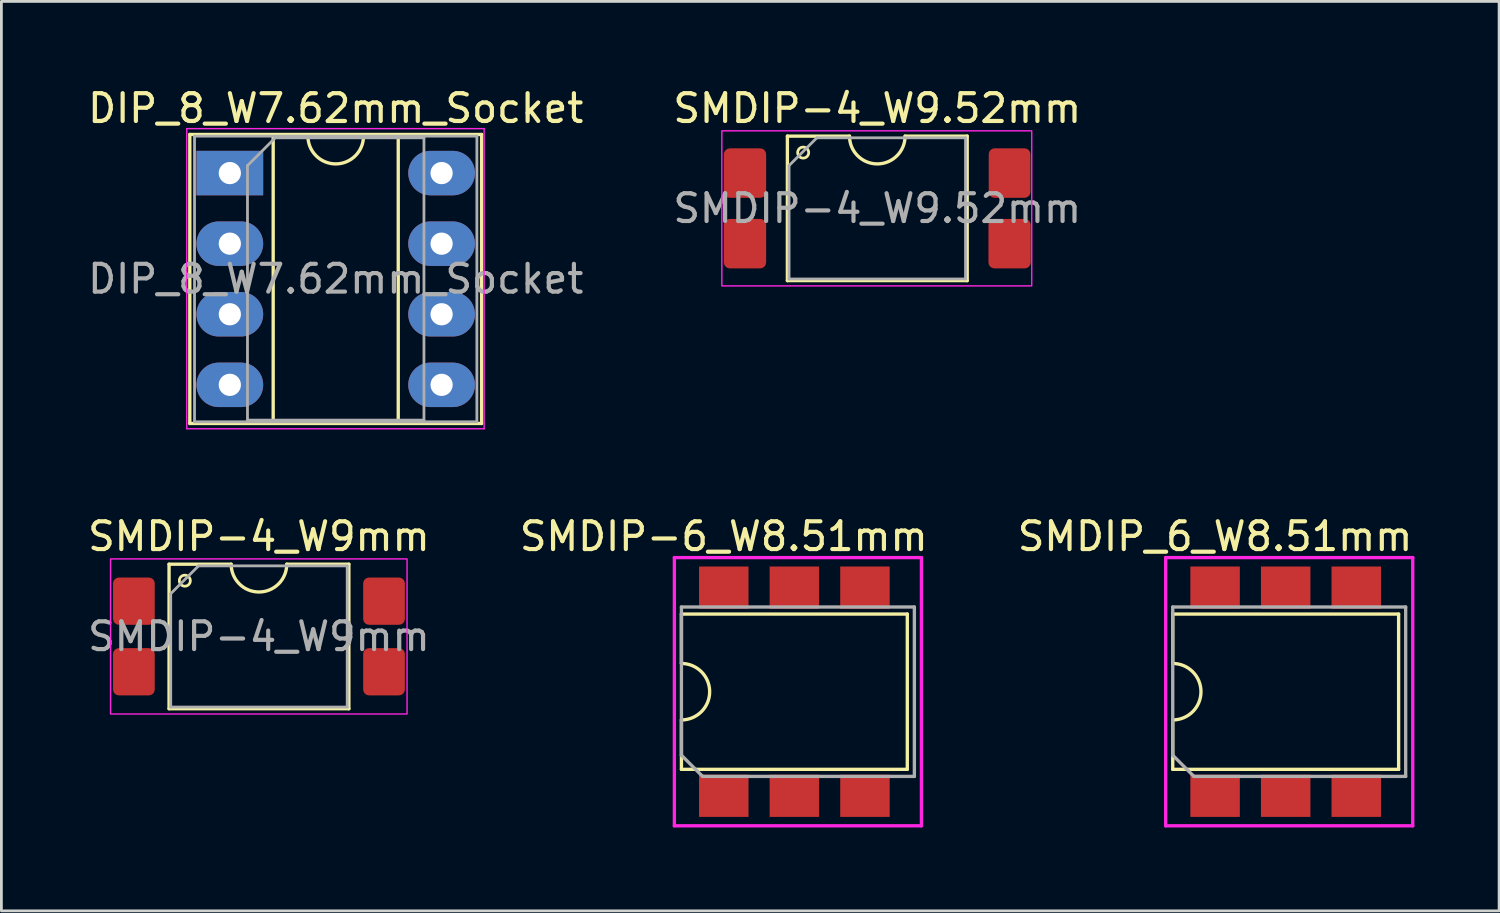
<source format=kicad_pcb>
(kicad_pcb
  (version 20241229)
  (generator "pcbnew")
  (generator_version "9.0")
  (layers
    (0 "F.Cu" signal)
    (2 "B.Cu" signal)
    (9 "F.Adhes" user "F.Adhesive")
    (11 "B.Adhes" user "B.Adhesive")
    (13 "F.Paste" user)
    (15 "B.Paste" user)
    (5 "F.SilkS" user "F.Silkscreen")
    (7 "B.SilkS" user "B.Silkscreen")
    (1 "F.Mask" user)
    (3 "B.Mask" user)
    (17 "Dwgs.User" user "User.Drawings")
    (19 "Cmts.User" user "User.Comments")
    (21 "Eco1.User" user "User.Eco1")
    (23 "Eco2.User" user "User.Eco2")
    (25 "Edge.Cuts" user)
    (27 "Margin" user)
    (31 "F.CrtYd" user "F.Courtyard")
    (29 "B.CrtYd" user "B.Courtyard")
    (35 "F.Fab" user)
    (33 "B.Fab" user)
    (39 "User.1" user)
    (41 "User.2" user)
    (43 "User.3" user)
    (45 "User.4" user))
  (footprint "SMDIP-4_W9mm"
    (layer "F.Cu")
    (at 6.268 19.852)
    (property "Reference" "SMDIP-4_W9mm" (at 0 -3.6 0) (layer "F.SilkS") (effects (font (size 1 1) (thickness 0.15))))
    (attr smd)
    (fp_line (start -3.235 -2.6) (end -3.235 2.6) (stroke (width 0.12) (type solid)) (layer "F.SilkS"))
    (fp_line (start -3.235 2.6) (end 3.235 2.6) (stroke (width 0.12) (type solid)) (layer "F.SilkS"))
    (fp_line (start -1 -2.6) (end -3.235 -2.6) (stroke (width 0.12) (type solid)) (layer "F.SilkS"))
    (fp_line (start 3.235 -2.6) (end 1 -2.6) (stroke (width 0.12) (type solid)) (layer "F.SilkS"))
    (fp_line (start 3.235 2.6) (end 3.235 -2.6) (stroke (width 0.12) (type solid)) (layer "F.SilkS"))
    (fp_arc (start 1 -2.6) (mid 0 -1.6) (end -1 -2.6) (stroke (width 0.12) (type solid)) (layer "F.SilkS"))
    (fp_circle (center -2.667 -2.007) (end -2.515 -1.88) (stroke (width 0.1) (type default)) (fill no) (layer "F.SilkS"))
    (fp_rect (start -5.34 -2.79) (end 5.329 2.79) (stroke (width 0.05) (type solid)) (fill no) (layer "F.CrtYd"))
    (fp_line (start -3.175 -1.54) (end -2.175 -2.54) (stroke (width 0.1) (type solid)) (layer "F.Fab"))
    (fp_line (start -3.175 2.54) (end -3.175 -1.54) (stroke (width 0.1) (type solid)) (layer "F.Fab"))
    (fp_line (start -2.175 -2.54) (end 3.175 -2.54) (stroke (width 0.1) (type solid)) (layer "F.Fab"))
    (fp_line (start 3.175 -2.54) (end 3.175 2.54) (stroke (width 0.1) (type solid)) (layer "F.Fab"))
    (fp_line (start 3.175 2.54) (end -3.175 2.54) (stroke (width 0.1) (type solid)) (layer "F.Fab"))
    (fp_text user "${REFERENCE}" (at 0 0 0) (layer "F.Fab") (effects (font (size 1 1) (thickness 0.15))))
    (pad "1" smd roundrect (at -4.5 -1.27) (size 1.5 1.7) (layers "F.Cu" "F.Mask" "F.Paste") (roundrect_rratio 0.14))
    (pad "2" smd roundrect (at -4.5 1.27) (size 1.5 1.7) (layers "F.Cu" "F.Mask" "F.Paste") (roundrect_rratio 0.14))
    (pad "3" smd roundrect (at 4.5 1.27) (size 1.5 1.7) (layers "F.Cu" "F.Mask" "F.Paste") (roundrect_rratio 0.14))
    (pad "4" smd roundrect (at 4.5 -1.27) (size 1.5 1.7) (layers "F.Cu" "F.Mask" "F.Paste") (roundrect_rratio 0.14)))
  (footprint "SMDIP-4_W9.52mm"
    (layer "F.Cu")
    (at 28.518 4.448)
    (property "Reference" "SMDIP-4_W9.52mm" (at 0 -3.6 0) (layer "F.SilkS") (effects (font (size 1 1) (thickness 0.15))))
    (attr smd)
    (fp_line (start -3.235 -2.6) (end -3.235 2.6) (stroke (width 0.12) (type solid)) (layer "F.SilkS"))
    (fp_line (start -3.235 2.6) (end 3.235 2.6) (stroke (width 0.12) (type solid)) (layer "F.SilkS"))
    (fp_line (start -1 -2.6) (end -3.235 -2.6) (stroke (width 0.12) (type solid)) (layer "F.SilkS"))
    (fp_line (start 3.235 -2.6) (end 1 -2.6) (stroke (width 0.12) (type solid)) (layer "F.SilkS"))
    (fp_line (start 3.235 2.6) (end 3.235 -2.6) (stroke (width 0.12) (type solid)) (layer "F.SilkS"))
    (fp_arc (start 1 -2.6) (mid 0 -1.6) (end -1 -2.6) (stroke (width 0.12) (type solid)) (layer "F.SilkS"))
    (fp_circle (center -2.667 -2.007) (end -2.515 -1.88) (stroke (width 0.1) (type default)) (fill no) (layer "F.SilkS"))
    (fp_rect (start -5.594 -2.79) (end 5.557 2.79) (stroke (width 0.05) (type solid)) (fill no) (layer "F.CrtYd"))
    (fp_line (start -3.175 -1.54) (end -2.175 -2.54) (stroke (width 0.1) (type solid)) (layer "F.Fab"))
    (fp_line (start -3.175 2.54) (end -3.175 -1.54) (stroke (width 0.1) (type solid)) (layer "F.Fab"))
    (fp_line (start -2.175 -2.54) (end 3.175 -2.54) (stroke (width 0.1) (type solid)) (layer "F.Fab"))
    (fp_line (start 3.175 -2.54) (end 3.175 2.54) (stroke (width 0.1) (type solid)) (layer "F.Fab"))
    (fp_line (start 3.175 2.54) (end -3.175 2.54) (stroke (width 0.1) (type solid)) (layer "F.Fab"))
    (fp_text user "${REFERENCE}" (at 0 0 0) (layer "F.Fab") (effects (font (size 1 1) (thickness 0.15))))
    (pad "1" smd roundrect (at -4.76 -1.27) (size 1.52 1.78) (layers "F.Cu" "F.Mask" "F.Paste") (roundrect_rratio 0.14))
    (pad "2" smd roundrect (at -4.76 1.27) (size 1.52 1.78) (layers "F.Cu" "F.Mask" "F.Paste") (roundrect_rratio 0.14))
    (pad "3" smd roundrect (at 4.76 1.27) (size 1.52 1.78) (layers "F.Cu" "F.Mask" "F.Paste") (roundrect_rratio 0.14))
    (pad "4" smd roundrect (at 4.76 -1.27) (size 1.5 1.78) (layers "F.Cu" "F.Mask" "F.Paste") (roundrect_rratio 0.14)))
  (footprint "DIP_8_W7.62mm_Socket"
    (layer "F.Cu")
    (at 5.22 3.178)
    (property "Reference" "DIP_8_W7.62mm_Socket" (at 3.81 -2.33 0) (layer "F.SilkS") (effects (font (size 1 1) (thickness 0.15))))
    (attr through_hole)
    (fp_line (start -1.44 -1.39) (end -1.44 9.01) (stroke (width 0.12) (type solid)) (layer "F.SilkS"))
    (fp_line (start -1.44 9.01) (end 9.06 9.01) (stroke (width 0.12) (type solid)) (layer "F.SilkS"))
    (fp_line (start 1.56 -1.33) (end 1.56 8.95) (stroke (width 0.12) (type solid)) (layer "F.SilkS"))
    (fp_line (start 1.56 8.95) (end 6.06 8.95) (stroke (width 0.12) (type solid)) (layer "F.SilkS"))
    (fp_line (start 2.81 -1.33) (end 1.56 -1.33) (stroke (width 0.12) (type solid)) (layer "F.SilkS"))
    (fp_line (start 6.06 -1.33) (end 4.81 -1.33) (stroke (width 0.12) (type solid)) (layer "F.SilkS"))
    (fp_line (start 6.06 8.95) (end 6.06 -1.33) (stroke (width 0.12) (type solid)) (layer "F.SilkS"))
    (fp_line (start 9.06 -1.39) (end -1.44 -1.39) (stroke (width 0.12) (type solid)) (layer "F.SilkS"))
    (fp_line (start 9.06 9.01) (end 9.06 -1.39) (stroke (width 0.12) (type solid)) (layer "F.SilkS"))
    (fp_arc (start 4.81 -1.33) (mid 3.81 -0.33) (end 2.81 -1.33) (stroke (width 0.12) (type solid)) (layer "F.SilkS"))
    (fp_line (start -1.55 -1.6) (end -1.55 9.2) (stroke (width 0.05) (type solid)) (layer "F.CrtYd"))
    (fp_line (start -1.55 9.2) (end 9.15 9.2) (stroke (width 0.05) (type solid)) (layer "F.CrtYd"))
    (fp_line (start 9.15 -1.6) (end -1.55 -1.6) (stroke (width 0.05) (type solid)) (layer "F.CrtYd"))
    (fp_line (start 9.15 9.2) (end 9.15 -1.6) (stroke (width 0.05) (type solid)) (layer "F.CrtYd"))
    (fp_line (start -1.27 -1.33) (end -1.27 8.95) (stroke (width 0.1) (type solid)) (layer "F.Fab"))
    (fp_line (start -1.27 8.95) (end 8.89 8.95) (stroke (width 0.1) (type solid)) (layer "F.Fab"))
    (fp_line (start 0.635 -0.27) (end 1.635 -1.27) (stroke (width 0.1) (type solid)) (layer "F.Fab"))
    (fp_line (start 0.635 8.89) (end 0.635 -0.27) (stroke (width 0.1) (type solid)) (layer "F.Fab"))
    (fp_line (start 1.635 -1.27) (end 6.985 -1.27) (stroke (width 0.1) (type solid)) (layer "F.Fab"))
    (fp_line (start 6.985 -1.27) (end 6.985 8.89) (stroke (width 0.1) (type solid)) (layer "F.Fab"))
    (fp_line (start 6.985 8.89) (end 0.635 8.89) (stroke (width 0.1) (type solid)) (layer "F.Fab"))
    (fp_line (start 8.89 -1.33) (end -1.27 -1.33) (stroke (width 0.1) (type solid)) (layer "F.Fab"))
    (fp_line (start 8.89 8.95) (end 8.89 -1.33) (stroke (width 0.1) (type solid)) (layer "F.Fab"))
    (fp_text user "${REFERENCE}" (at 3.81 3.81 0) (layer "F.Fab") (effects (font (size 1 1) (thickness 0.15))))
    (pad "1" thru_hole rect (at 0 0) (size 2.4 1.6) (drill 0.8) (layers "*.Cu" "*.Mask"))
    (pad "2" thru_hole oval (at 0 2.54) (size 2.4 1.6) (drill 0.8) (layers "*.Cu" "*.Mask"))
    (pad "3" thru_hole oval (at 0 5.08) (size 2.4 1.6) (drill 0.8) (layers "*.Cu" "*.Mask"))
    (pad "4" thru_hole oval (at 0 7.62) (size 2.4 1.6) (drill 0.8) (layers "*.Cu" "*.Mask"))
    (pad "5" thru_hole oval (at 7.62 7.62) (size 2.4 1.6) (drill 0.8) (layers "*.Cu" "*.Mask"))
    (pad "6" thru_hole oval (at 7.62 5.08) (size 2.4 1.6) (drill 0.8) (layers "*.Cu" "*.Mask"))
    (pad "7" thru_hole oval (at 7.62 2.54) (size 2.4 1.6) (drill 0.8) (layers "*.Cu" "*.Mask"))
    (pad "8" thru_hole oval (at 7.62 0) (size 2.4 1.6) (drill 0.8) (layers "*.Cu" "*.Mask")))
  (footprint "SMDIP_6_W8.51mm"
    (layer "F.Cu")
    (at 43.213 21.84)
    (property "Reference" "SMDIP_6_W8.51mm" (at -2.54 -5.588 0) (layer "F.SilkS") (effects (font (size 1 1) (thickness 0.15))))
    (attr smd)
    (fp_line (start -4.064 -2.794) (end -4.064 -1.016) (stroke (width 0.12) (type solid)) (layer "F.SilkS"))
    (fp_line (start -4.064 1.016) (end -4.064 2.794) (stroke (width 0.12) (type solid)) (layer "F.SilkS"))
    (fp_line (start 4.064 -2.794) (end -4.064 -2.794) (stroke (width 0.12) (type solid)) (layer "F.SilkS"))
    (fp_line (start 4.064 -2.794) (end 4.064 2.794) (stroke (width 0.12) (type solid)) (layer "F.SilkS"))
    (fp_line (start 4.064 2.794) (end -4.064 2.794) (stroke (width 0.12) (type solid)) (layer "F.SilkS"))
    (fp_arc (start -4.064 -1.016) (mid -3.048 0) (end -4.064 1.016) (stroke (width 0.12) (type solid)) (layer "F.SilkS"))
    (fp_line (start -4.318 -4.826) (end 4.572 -4.826) (stroke (width 0.12) (type solid)) (layer "F.CrtYd"))
    (fp_line (start -4.318 4.826) (end -4.318 -4.826) (stroke (width 0.12) (type solid)) (layer "F.CrtYd"))
    (fp_line (start 4.572 -4.826) (end 4.572 4.826) (stroke (width 0.12) (type solid)) (layer "F.CrtYd"))
    (fp_line (start 4.572 4.826) (end -4.318 4.826) (stroke (width 0.12) (type solid)) (layer "F.CrtYd"))
    (fp_line (start -4.064 -3.048) (end -4.064 2.286) (stroke (width 0.12) (type solid)) (layer "F.Fab"))
    (fp_line (start -4.064 2.286) (end -3.302 3.048) (stroke (width 0.12) (type solid)) (layer "F.Fab"))
    (fp_line (start -3.302 3.048) (end 4.318 3.048) (stroke (width 0.12) (type solid)) (layer "F.Fab"))
    (fp_line (start 4.318 -3.048) (end -4.064 -3.048) (stroke (width 0.12) (type solid)) (layer "F.Fab"))
    (fp_line (start 4.318 3.048) (end 4.318 -3.048) (stroke (width 0.12) (type solid)) (layer "F.Fab"))
    (pad "1" smd rect (at -2.54 3.745) (size 1.78 1.52) (layers "F.Cu" "F.Mask" "F.Paste"))
    (pad "2" smd rect (at 0 3.745) (size 1.78 1.52) (layers "F.Cu" "F.Mask" "F.Paste"))
    (pad "3" smd rect (at 2.54 3.745) (size 1.78 1.52) (layers "F.Cu" "F.Mask" "F.Paste"))
    (pad "4" smd rect (at 2.54 -3.745) (size 1.78 1.52) (layers "F.Cu" "F.Mask" "F.Paste"))
    (pad "5" smd rect (at 0 -3.745) (size 1.78 1.52) (layers "F.Cu" "F.Mask" "F.Paste"))
    (pad "6" smd rect (at -2.54 -3.745) (size 1.78 1.52) (layers "F.Cu" "F.Mask" "F.Paste")))
  (footprint "SMDIP-6_W8.51mm"
    (layer "F.Cu")
    (at 25.534 21.84)
    (property "Reference" "SMDIP-6_W8.51mm" (at -2.54 -5.588 0) (layer "F.SilkS") (effects (font (size 1 1) (thickness 0.15))))
    (attr smd)
    (fp_line (start -4.064 -2.794) (end -4.064 -1.016) (stroke (width 0.12) (type solid)) (layer "F.SilkS"))
    (fp_line (start -4.064 1.016) (end -4.064 2.794) (stroke (width 0.12) (type solid)) (layer "F.SilkS"))
    (fp_line (start 4.064 -2.794) (end -4.064 -2.794) (stroke (width 0.12) (type solid)) (layer "F.SilkS"))
    (fp_line (start 4.064 -2.794) (end 4.064 2.794) (stroke (width 0.12) (type solid)) (layer "F.SilkS"))
    (fp_line (start 4.064 2.794) (end -4.064 2.794) (stroke (width 0.12) (type solid)) (layer "F.SilkS"))
    (fp_arc (start -4.064 -1.016) (mid -3.048 0) (end -4.064 1.016) (stroke (width 0.12) (type solid)) (layer "F.SilkS"))
    (fp_line (start -4.318 -4.826) (end 4.572 -4.826) (stroke (width 0.12) (type solid)) (layer "F.CrtYd"))
    (fp_line (start -4.318 4.826) (end -4.318 -4.826) (stroke (width 0.12) (type solid)) (layer "F.CrtYd"))
    (fp_line (start 4.572 -4.826) (end 4.572 4.826) (stroke (width 0.12) (type solid)) (layer "F.CrtYd"))
    (fp_line (start 4.572 4.826) (end -4.318 4.826) (stroke (width 0.12) (type solid)) (layer "F.CrtYd"))
    (fp_line (start -4.064 -3.048) (end -4.064 2.286) (stroke (width 0.12) (type solid)) (layer "F.Fab"))
    (fp_line (start -4.064 2.286) (end -3.302 3.048) (stroke (width 0.12) (type solid)) (layer "F.Fab"))
    (fp_line (start -3.302 3.048) (end 4.318 3.048) (stroke (width 0.12) (type solid)) (layer "F.Fab"))
    (fp_line (start 4.318 -3.048) (end -4.064 -3.048) (stroke (width 0.12) (type solid)) (layer "F.Fab"))
    (fp_line (start 4.318 3.048) (end 4.318 -3.048) (stroke (width 0.12) (type solid)) (layer "F.Fab"))
    (pad "1" smd rect (at -2.54 3.745) (size 1.78 1.52) (layers "F.Cu" "F.Mask" "F.Paste"))
    (pad "2" smd rect (at 0 3.745) (size 1.78 1.52) (layers "F.Cu" "F.Mask" "F.Paste"))
    (pad "3" smd rect (at 2.54 3.745) (size 1.78 1.52) (layers "F.Cu" "F.Mask" "F.Paste"))
    (pad "4" smd rect (at 2.54 -3.745) (size 1.78 1.52) (layers "F.Cu" "F.Mask" "F.Paste"))
    (pad "5" smd rect (at 0 -3.745) (size 1.78 1.52) (layers "F.Cu" "F.Mask" "F.Paste"))
    (pad "6" smd rect (at -2.54 -3.745) (size 1.78 1.52) (layers "F.Cu" "F.Mask" "F.Paste")))
  (gr_rect
    (start -3 -3)
    (end 50.893 29.726)
    (stroke (width 0.1) (type default))
    (fill no)
    (layer "Edge.Cuts")))
</source>
